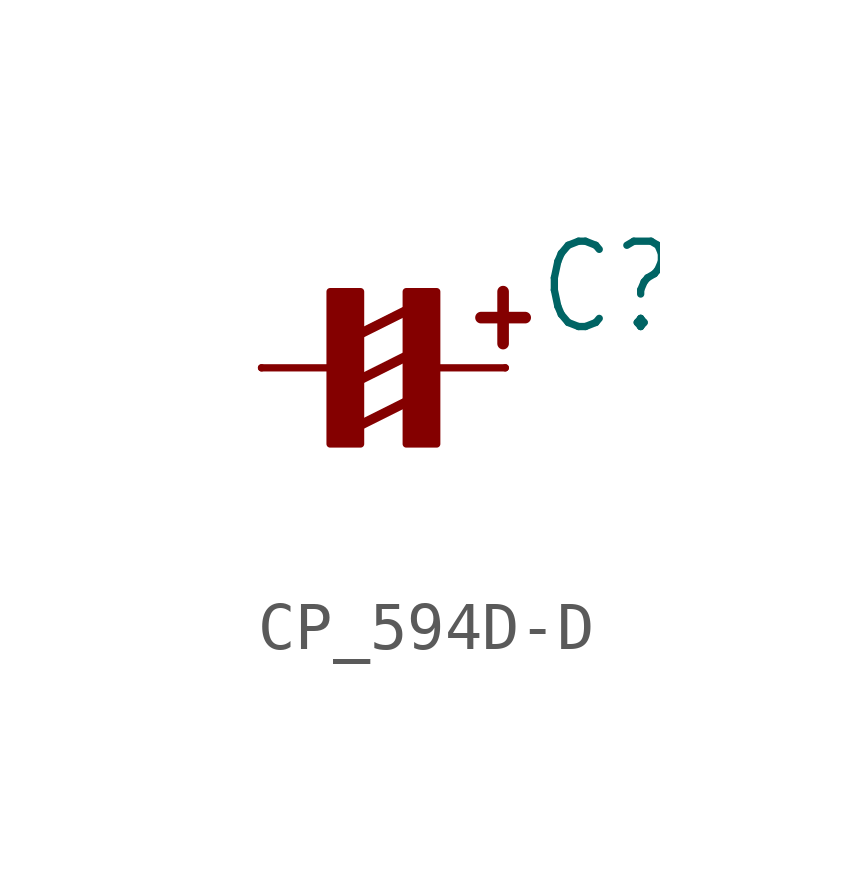
<source format=kicad_sym>
(kicad_symbol_lib
  (version 20231120)
  (generator "kicad_symbol_editor")
  (generator_version "8.0")
  (symbol "CP_594D-D"
    (property "Reference" "C"
      (at 3.175 0.635 0)
      (effects (font (size 1.778 1.511)) (justify left bottom)))
    (property "Value" ""
      (at -3.175 -3.81 0)
      (effects (font (size 1.778 1.511)) (justify left bottom)))
    (property "ki_locked" ""
      (at 0 0 0)
      (effects (font (size 1.27 1.27))))
    (symbol "CP_594D-D_1_0"
      (rectangle (start -1.111 -1.587) (end -0.476 1.587) (stroke (width 0) (type default)) (fill (type outline)))
      (polyline (pts (xy -0.857 0) (xy -2.54 0)) (stroke (width 0.152) (type solid)) (fill (type none)))
      (polyline (pts (xy -0.635 -1.27) (xy 0.635 -0.635)) (stroke (width 0.203) (type solid)) (fill (type none)))
      (polyline (pts (xy -0.635 -0.318) (xy 0.635 0.318)) (stroke (width 0.203) (type solid)) (fill (type none)))
      (polyline (pts (xy -0.635 0.635) (xy 0.635 1.27)) (stroke (width 0.203) (type solid)) (fill (type none)))
      (polyline (pts (xy 0.794 0) (xy 2.54 0)) (stroke (width 0.152) (type solid)) (fill (type none)))
      (rectangle (start 0.476 -1.587) (end 1.111 1.587) (stroke (width 0) (type default)) (fill (type outline)))
      (text "+" (at 1.587 0.318 0) (effects (font (size 1.422 1.209) (thickness 0.242) (bold yes)) (justify left bottom)))
      (pin passive line (at 2.54 0 180) (length 0) (name "+" (effects (font (size 0 0)))) (number "+" (effects (font (size 0 0)))))
      (pin passive line (at -2.54 0 0) (length 0) (name "-" (effects (font (size 0 0)))) (number "-" (effects (font (size 0 0))))))))
</source>
